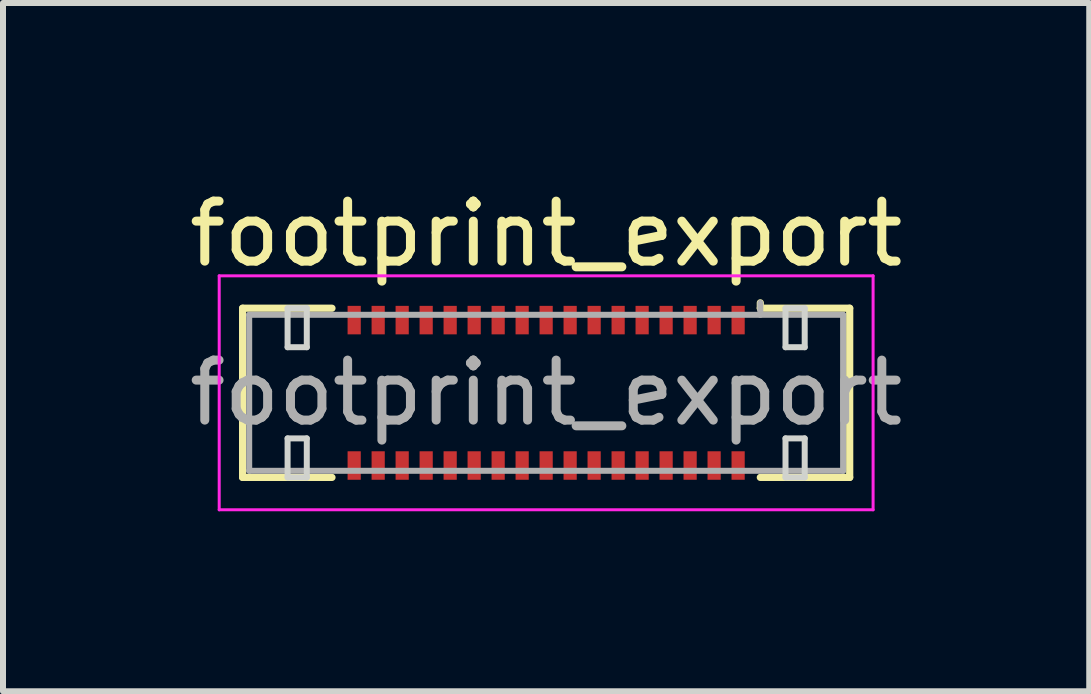
<source format=kicad_pcb>
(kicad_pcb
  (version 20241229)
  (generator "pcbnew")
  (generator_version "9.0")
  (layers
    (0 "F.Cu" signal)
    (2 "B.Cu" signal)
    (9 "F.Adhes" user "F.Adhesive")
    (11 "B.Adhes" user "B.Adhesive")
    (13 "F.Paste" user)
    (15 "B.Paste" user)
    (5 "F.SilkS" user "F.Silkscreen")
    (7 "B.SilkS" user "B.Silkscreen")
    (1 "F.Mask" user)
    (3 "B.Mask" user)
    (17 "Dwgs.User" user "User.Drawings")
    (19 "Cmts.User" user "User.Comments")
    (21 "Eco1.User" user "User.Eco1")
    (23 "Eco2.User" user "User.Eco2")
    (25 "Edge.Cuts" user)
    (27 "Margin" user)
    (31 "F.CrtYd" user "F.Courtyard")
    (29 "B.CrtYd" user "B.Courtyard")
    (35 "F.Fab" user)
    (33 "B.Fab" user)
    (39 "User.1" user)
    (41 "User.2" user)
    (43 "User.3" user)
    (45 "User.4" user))
  (footprint "footprint_export"
    (layer "F.Cu")
    (at 6.054 3.498)
    (property "Reference" "footprint_export" (at 0 -2.65 0) (layer "F.SilkS") (effects (font (size 1 1) (thickness 0.15))))
    (attr smd)
    (fp_line (start -5.06 -1.41) (end -3.57 -1.41) (stroke (width 0.12) (type solid)) (layer "F.SilkS"))
    (fp_line (start -5.06 1.41) (end -5.06 -1.41) (stroke (width 0.12) (type solid)) (layer "F.SilkS"))
    (fp_line (start -3.57 1.41) (end -5.06 1.41) (stroke (width 0.12) (type solid)) (layer "F.SilkS"))
    (fp_line (start 3.57 -1.41) (end 3.57 -1.5) (stroke (width 0.12) (type solid)) (layer "F.SilkS"))
    (fp_line (start 3.57 1.41) (end 5.06 1.41) (stroke (width 0.12) (type solid)) (layer "F.SilkS"))
    (fp_line (start 5.06 -1.41) (end 3.57 -1.41) (stroke (width 0.12) (type solid)) (layer "F.SilkS"))
    (fp_line (start 5.06 1.41) (end 5.06 -1.41) (stroke (width 0.12) (type solid)) (layer "F.SilkS"))
    (fp_line (start -4.31 -1.41) (end -4.31 -0.76) (stroke (width 0.1) (type solid)) (layer "Edge.Cuts"))
    (fp_line (start -4.31 -0.76) (end -3.99 -0.76) (stroke (width 0.1) (type solid)) (layer "Edge.Cuts"))
    (fp_line (start -4.31 0.76) (end -4.31 1.41) (stroke (width 0.1) (type solid)) (layer "Edge.Cuts"))
    (fp_line (start -4.31 1.41) (end -3.99 1.41) (stroke (width 0.1) (type solid)) (layer "Edge.Cuts"))
    (fp_line (start -3.99 -1.41) (end -4.31 -1.41) (stroke (width 0.1) (type solid)) (layer "Edge.Cuts"))
    (fp_line (start -3.99 -0.76) (end -3.99 -1.41) (stroke (width 0.1) (type solid)) (layer "Edge.Cuts"))
    (fp_line (start -3.99 0.76) (end -4.31 0.76) (stroke (width 0.1) (type solid)) (layer "Edge.Cuts"))
    (fp_line (start -3.99 1.41) (end -3.99 0.76) (stroke (width 0.1) (type solid)) (layer "Edge.Cuts"))
    (fp_line (start 3.99 -1.41) (end 3.99 -0.76) (stroke (width 0.1) (type solid)) (layer "Edge.Cuts"))
    (fp_line (start 3.99 -0.76) (end 4.31 -0.76) (stroke (width 0.1) (type solid)) (layer "Edge.Cuts"))
    (fp_line (start 3.99 0.76) (end 3.99 1.41) (stroke (width 0.1) (type solid)) (layer "Edge.Cuts"))
    (fp_line (start 3.99 1.41) (end 4.31 1.41) (stroke (width 0.1) (type solid)) (layer "Edge.Cuts"))
    (fp_line (start 4.31 -1.41) (end 3.99 -1.41) (stroke (width 0.1) (type solid)) (layer "Edge.Cuts"))
    (fp_line (start 4.31 -0.76) (end 4.31 -1.41) (stroke (width 0.1) (type solid)) (layer "Edge.Cuts"))
    (fp_line (start 4.31 0.76) (end 3.99 0.76) (stroke (width 0.1) (type solid)) (layer "Edge.Cuts"))
    (fp_line (start 4.31 1.41) (end 4.31 0.76) (stroke (width 0.1) (type solid)) (layer "Edge.Cuts"))
    (fp_line (start -5.45 -1.95) (end -5.45 1.95) (stroke (width 0.05) (type solid)) (layer "F.CrtYd"))
    (fp_line (start -5.45 1.95) (end 5.45 1.95) (stroke (width 0.05) (type solid)) (layer "F.CrtYd"))
    (fp_line (start 5.45 -1.95) (end -5.45 -1.95) (stroke (width 0.05) (type solid)) (layer "F.CrtYd"))
    (fp_line (start 5.45 1.95) (end 5.45 -1.95) (stroke (width 0.05) (type solid)) (layer "F.CrtYd"))
    (fp_line (start -4.95 -1.3) (end -4.95 1.3) (stroke (width 0.1) (type solid)) (layer "F.Fab"))
    (fp_line (start -4.95 1.3) (end 4.95 1.3) (stroke (width 0.1) (type solid)) (layer "F.Fab"))
    (fp_line (start 3.57 -1.3) (end 3.57 -1.5) (stroke (width 0.1) (type solid)) (layer "F.Fab"))
    (fp_line (start 4.95 -1.3) (end -4.95 -1.3) (stroke (width 0.1) (type solid)) (layer "F.Fab"))
    (fp_line (start 4.95 1.3) (end 4.95 -1.3) (stroke (width 0.1) (type solid)) (layer "F.Fab"))
    (fp_text user "${REFERENCE}" (at 0 0 0) (layer "F.Fab") (effects (font (size 1 1) (thickness 0.15))))
    (pad "1" smd rect (at 3.2 -1.212) (size 0.22 0.475) (layers "F.Cu" "F.Mask" "F.Paste"))
    (pad "2" smd rect (at 3.2 1.212) (size 0.22 0.475) (layers "F.Cu" "F.Mask" "F.Paste"))
    (pad "3" smd rect (at 2.8 -1.212) (size 0.22 0.475) (layers "F.Cu" "F.Mask" "F.Paste"))
    (pad "4" smd rect (at 2.8 1.212) (size 0.22 0.475) (layers "F.Cu" "F.Mask" "F.Paste"))
    (pad "5" smd rect (at 2.4 -1.212) (size 0.22 0.475) (layers "F.Cu" "F.Mask" "F.Paste"))
    (pad "6" smd rect (at 2.4 1.212) (size 0.22 0.475) (layers "F.Cu" "F.Mask" "F.Paste"))
    (pad "7" smd rect (at 2 -1.212) (size 0.22 0.475) (layers "F.Cu" "F.Mask" "F.Paste"))
    (pad "8" smd rect (at 2 1.212) (size 0.22 0.475) (layers "F.Cu" "F.Mask" "F.Paste"))
    (pad "9" smd rect (at 1.6 -1.212) (size 0.22 0.475) (layers "F.Cu" "F.Mask" "F.Paste"))
    (pad "10" smd rect (at 1.6 1.212) (size 0.22 0.475) (layers "F.Cu" "F.Mask" "F.Paste"))
    (pad "11" smd rect (at 1.2 -1.212) (size 0.22 0.475) (layers "F.Cu" "F.Mask" "F.Paste"))
    (pad "12" smd rect (at 1.2 1.212) (size 0.22 0.475) (layers "F.Cu" "F.Mask" "F.Paste"))
    (pad "13" smd rect (at 0.8 -1.212) (size 0.22 0.475) (layers "F.Cu" "F.Mask" "F.Paste"))
    (pad "14" smd rect (at 0.8 1.212) (size 0.22 0.475) (layers "F.Cu" "F.Mask" "F.Paste"))
    (pad "15" smd rect (at 0.4 -1.212) (size 0.22 0.475) (layers "F.Cu" "F.Mask" "F.Paste"))
    (pad "16" smd rect (at 0.4 1.212) (size 0.22 0.475) (layers "F.Cu" "F.Mask" "F.Paste"))
    (pad "17" smd rect (at 0 -1.212) (size 0.22 0.475) (layers "F.Cu" "F.Mask" "F.Paste"))
    (pad "18" smd rect (at 0 1.212) (size 0.22 0.475) (layers "F.Cu" "F.Mask" "F.Paste"))
    (pad "19" smd rect (at -0.4 -1.212) (size 0.22 0.475) (layers "F.Cu" "F.Mask" "F.Paste"))
    (pad "20" smd rect (at -0.4 1.212) (size 0.22 0.475) (layers "F.Cu" "F.Mask" "F.Paste"))
    (pad "21" smd rect (at -0.8 -1.212) (size 0.22 0.475) (layers "F.Cu" "F.Mask" "F.Paste"))
    (pad "22" smd rect (at -0.8 1.212) (size 0.22 0.475) (layers "F.Cu" "F.Mask" "F.Paste"))
    (pad "23" smd rect (at -1.2 -1.212) (size 0.22 0.475) (layers "F.Cu" "F.Mask" "F.Paste"))
    (pad "24" smd rect (at -1.2 1.212) (size 0.22 0.475) (layers "F.Cu" "F.Mask" "F.Paste"))
    (pad "25" smd rect (at -1.6 -1.212) (size 0.22 0.475) (layers "F.Cu" "F.Mask" "F.Paste"))
    (pad "26" smd rect (at -1.6 1.212) (size 0.22 0.475) (layers "F.Cu" "F.Mask" "F.Paste"))
    (pad "27" smd rect (at -2 -1.212) (size 0.22 0.475) (layers "F.Cu" "F.Mask" "F.Paste"))
    (pad "28" smd rect (at -2 1.212) (size 0.22 0.475) (layers "F.Cu" "F.Mask" "F.Paste"))
    (pad "29" smd rect (at -2.4 -1.212) (size 0.22 0.475) (layers "F.Cu" "F.Mask" "F.Paste"))
    (pad "30" smd rect (at -2.4 1.212) (size 0.22 0.475) (layers "F.Cu" "F.Mask" "F.Paste"))
    (pad "31" smd rect (at -2.8 -1.212) (size 0.22 0.475) (layers "F.Cu" "F.Mask" "F.Paste"))
    (pad "32" smd rect (at -2.8 1.212) (size 0.22 0.475) (layers "F.Cu" "F.Mask" "F.Paste"))
    (pad "33" smd rect (at -3.2 -1.212) (size 0.22 0.475) (layers "F.Cu" "F.Mask" "F.Paste"))
    (pad "34" smd rect (at -3.2 1.212) (size 0.22 0.475) (layers "F.Cu" "F.Mask" "F.Paste")))
  (gr_rect
    (start -3 -3)
    (end 15.107 8.473)
    (stroke (width 0.1) (type default))
    (fill no)
    (layer "Edge.Cuts")))
</source>
